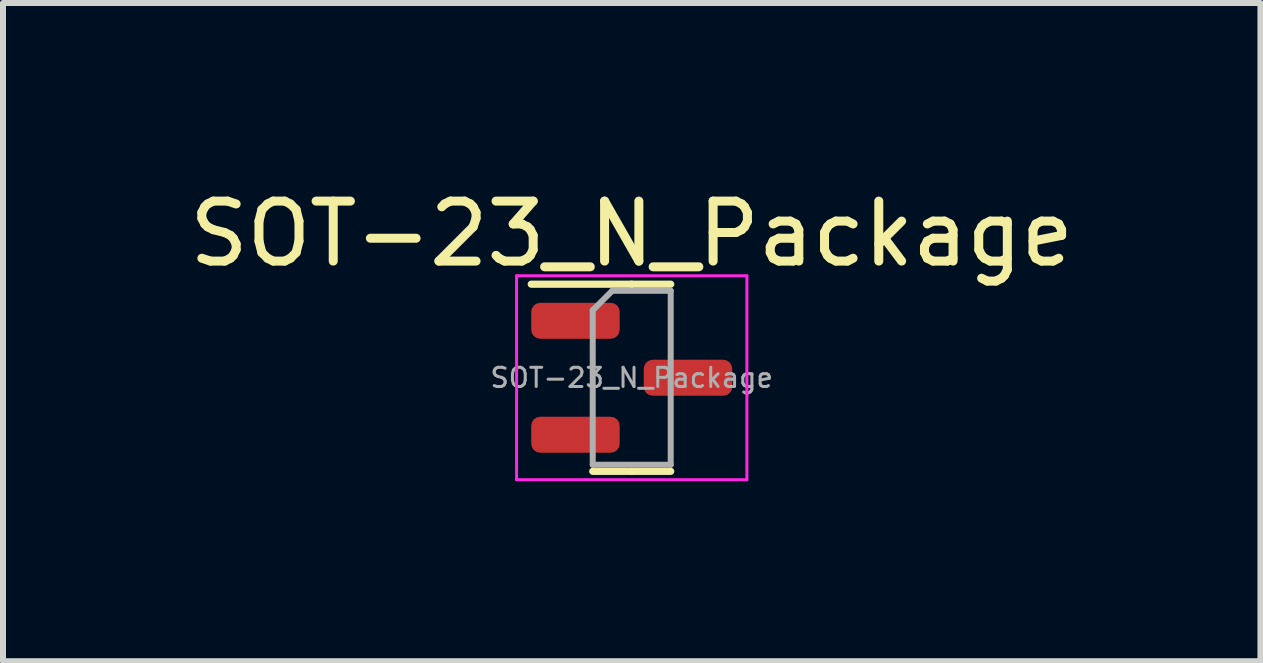
<source format=kicad_pcb>
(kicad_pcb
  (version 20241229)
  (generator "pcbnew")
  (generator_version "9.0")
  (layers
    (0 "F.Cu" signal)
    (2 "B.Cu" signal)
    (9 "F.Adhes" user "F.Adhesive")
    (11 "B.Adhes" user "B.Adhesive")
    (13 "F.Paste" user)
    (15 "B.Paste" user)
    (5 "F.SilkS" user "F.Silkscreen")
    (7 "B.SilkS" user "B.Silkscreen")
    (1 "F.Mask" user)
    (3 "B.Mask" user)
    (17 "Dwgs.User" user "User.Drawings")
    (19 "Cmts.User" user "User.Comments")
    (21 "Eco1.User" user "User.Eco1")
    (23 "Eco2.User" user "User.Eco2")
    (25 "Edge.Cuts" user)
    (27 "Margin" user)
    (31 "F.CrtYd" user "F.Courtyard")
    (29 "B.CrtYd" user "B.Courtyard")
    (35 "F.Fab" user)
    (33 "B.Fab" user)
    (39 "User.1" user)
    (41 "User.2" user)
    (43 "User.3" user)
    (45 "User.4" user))
  (footprint "SOT-23_N_Package"
    (layer "F.Cu")
    (at 7.482 3.248)
    (property "Reference" "SOT-23_N_Package" (at 0 -2.4 0) (layer "F.SilkS") (effects (font (size 1 1) (thickness 0.15))))
    (attr smd)
    (fp_line (start 0 -1.56) (end -1.675 -1.56) (stroke (width 0.12) (type solid)) (layer "F.SilkS"))
    (fp_line (start 0 -1.56) (end 0.65 -1.56) (stroke (width 0.12) (type solid)) (layer "F.SilkS"))
    (fp_line (start 0 1.56) (end -0.65 1.56) (stroke (width 0.12) (type solid)) (layer "F.SilkS"))
    (fp_line (start 0 1.56) (end 0.65 1.56) (stroke (width 0.12) (type solid)) (layer "F.SilkS"))
    (fp_line (start -1.92 -1.7) (end -1.92 1.7) (stroke (width 0.05) (type solid)) (layer "F.CrtYd"))
    (fp_line (start -1.92 1.7) (end 1.92 1.7) (stroke (width 0.05) (type solid)) (layer "F.CrtYd"))
    (fp_line (start 1.92 -1.7) (end -1.92 -1.7) (stroke (width 0.05) (type solid)) (layer "F.CrtYd"))
    (fp_line (start 1.92 1.7) (end 1.92 -1.7) (stroke (width 0.05) (type solid)) (layer "F.CrtYd"))
    (fp_line (start -0.65 -1.125) (end -0.325 -1.45) (stroke (width 0.1) (type solid)) (layer "F.Fab"))
    (fp_line (start -0.65 1.45) (end -0.65 -1.125) (stroke (width 0.1) (type solid)) (layer "F.Fab"))
    (fp_line (start -0.325 -1.45) (end 0.65 -1.45) (stroke (width 0.1) (type solid)) (layer "F.Fab"))
    (fp_line (start 0.65 -1.45) (end 0.65 1.45) (stroke (width 0.1) (type solid)) (layer "F.Fab"))
    (fp_line (start 0.65 1.45) (end -0.65 1.45) (stroke (width 0.1) (type solid)) (layer "F.Fab"))
    (fp_text user "${REFERENCE}" (at 0 0 0) (layer "F.Fab") (effects (font (size 0.32 0.32) (thickness 0.05))))
    (pad "1" smd roundrect (at -0.938 0.95) (size 1.475 0.6) (layers "F.Cu" "F.Mask" "F.Paste") (roundrect_rratio 0.25))
    (pad "2" smd roundrect (at 0.938 0) (size 1.475 0.6) (layers "F.Cu" "F.Mask" "F.Paste") (roundrect_rratio 0.25))
    (pad "3" smd roundrect (at -0.938 -0.95) (size 1.475 0.6) (layers "F.Cu" "F.Mask" "F.Paste") (roundrect_rratio 0.25)))
  (gr_rect
    (start -3 -3)
    (end 17.964 7.973)
    (stroke (width 0.1) (type default))
    (fill no)
    (layer "Edge.Cuts")))
</source>
